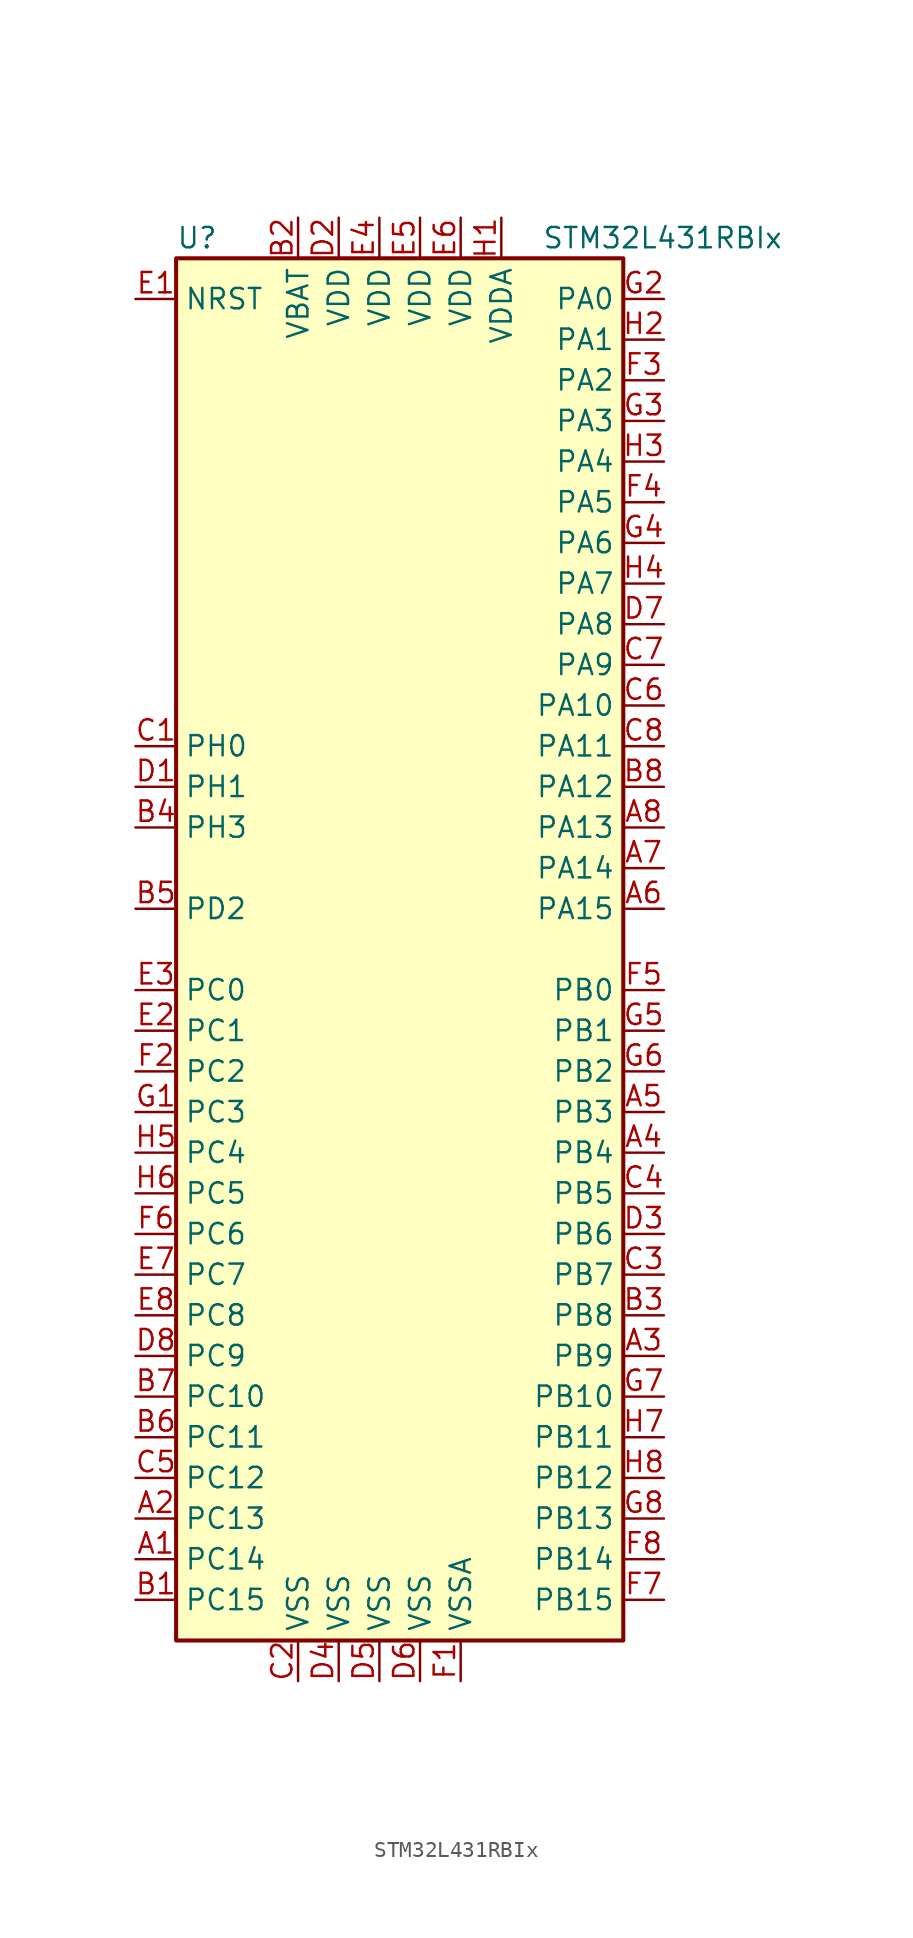
<source format=kicad_sym>
(kicad_symbol_lib
  (version 20201005)
  (generator kicad_symbol_editor)
  (symbol "MCU_ST_STM32L4:STM32L431RBIx"
    (property "Reference" "U"
      (at -15.24 44.45 0)
      (effects (font (size 1.27 1.27)) (justify left)))
    (property "Value" "STM32L431RBIx"
      (at 7.62 44.45 0)
      (effects (font (size 1.27 1.27)) (justify left)))
    (symbol "STM32L431RBIx_0_1"
      (rectangle (start -15.24 -43.18) (end 12.7 43.18) (stroke (width 0.254)) (fill (type background))))
    (symbol "STM32L431RBIx_1_1"
      (pin bidirectional line (at -17.78 -38.1 0) (length 2.54) (name "PC14" (effects (font (size 1.27 1.27)))) (number "A1" (effects (font (size 1.27 1.27)))))
      (pin bidirectional line (at -17.78 -35.56 0) (length 2.54) (name "PC13" (effects (font (size 1.27 1.27)))) (number "A2" (effects (font (size 1.27 1.27)))))
      (pin bidirectional line (at 15.24 -25.4 180) (length 2.54) (name "PB9" (effects (font (size 1.27 1.27)))) (number "A3" (effects (font (size 1.27 1.27)))))
      (pin bidirectional line (at 15.24 -12.7 180) (length 2.54) (name "PB4" (effects (font (size 1.27 1.27)))) (number "A4" (effects (font (size 1.27 1.27)))))
      (pin bidirectional line (at 15.24 -10.16 180) (length 2.54) (name "PB3" (effects (font (size 1.27 1.27)))) (number "A5" (effects (font (size 1.27 1.27)))))
      (pin bidirectional line (at 15.24 2.54 180) (length 2.54) (name "PA15" (effects (font (size 1.27 1.27)))) (number "A6" (effects (font (size 1.27 1.27)))))
      (pin bidirectional line (at 15.24 5.08 180) (length 2.54) (name "PA14" (effects (font (size 1.27 1.27)))) (number "A7" (effects (font (size 1.27 1.27)))))
      (pin bidirectional line (at 15.24 7.62 180) (length 2.54) (name "PA13" (effects (font (size 1.27 1.27)))) (number "A8" (effects (font (size 1.27 1.27)))))
      (pin bidirectional line (at -17.78 -40.64 0) (length 2.54) (name "PC15" (effects (font (size 1.27 1.27)))) (number "B1" (effects (font (size 1.27 1.27)))))
      (pin power_in line (at -7.62 45.72 270) (length 2.54) (name "VBAT" (effects (font (size 1.27 1.27)))) (number "B2" (effects (font (size 1.27 1.27)))))
      (pin bidirectional line (at 15.24 -22.86 180) (length 2.54) (name "PB8" (effects (font (size 1.27 1.27)))) (number "B3" (effects (font (size 1.27 1.27)))))
      (pin bidirectional line (at -17.78 7.62 0) (length 2.54) (name "PH3" (effects (font (size 1.27 1.27)))) (number "B4" (effects (font (size 1.27 1.27)))))
      (pin bidirectional line (at -17.78 2.54 0) (length 2.54) (name "PD2" (effects (font (size 1.27 1.27)))) (number "B5" (effects (font (size 1.27 1.27)))))
      (pin bidirectional line (at -17.78 -30.48 0) (length 2.54) (name "PC11" (effects (font (size 1.27 1.27)))) (number "B6" (effects (font (size 1.27 1.27)))))
      (pin bidirectional line (at -17.78 -27.94 0) (length 2.54) (name "PC10" (effects (font (size 1.27 1.27)))) (number "B7" (effects (font (size 1.27 1.27)))))
      (pin bidirectional line (at 15.24 10.16 180) (length 2.54) (name "PA12" (effects (font (size 1.27 1.27)))) (number "B8" (effects (font (size 1.27 1.27)))))
      (pin input line (at -17.78 12.7 0) (length 2.54) (name "PH0" (effects (font (size 1.27 1.27)))) (number "C1" (effects (font (size 1.27 1.27)))))
      (pin power_in line (at -7.62 -45.72 90) (length 2.54) (name "VSS" (effects (font (size 1.27 1.27)))) (number "C2" (effects (font (size 1.27 1.27)))))
      (pin bidirectional line (at 15.24 -20.32 180) (length 2.54) (name "PB7" (effects (font (size 1.27 1.27)))) (number "C3" (effects (font (size 1.27 1.27)))))
      (pin bidirectional line (at 15.24 -15.24 180) (length 2.54) (name "PB5" (effects (font (size 1.27 1.27)))) (number "C4" (effects (font (size 1.27 1.27)))))
      (pin bidirectional line (at -17.78 -33.02 0) (length 2.54) (name "PC12" (effects (font (size 1.27 1.27)))) (number "C5" (effects (font (size 1.27 1.27)))))
      (pin bidirectional line (at 15.24 15.24 180) (length 2.54) (name "PA10" (effects (font (size 1.27 1.27)))) (number "C6" (effects (font (size 1.27 1.27)))))
      (pin bidirectional line (at 15.24 17.78 180) (length 2.54) (name "PA9" (effects (font (size 1.27 1.27)))) (number "C7" (effects (font (size 1.27 1.27)))))
      (pin bidirectional line (at 15.24 12.7 180) (length 2.54) (name "PA11" (effects (font (size 1.27 1.27)))) (number "C8" (effects (font (size 1.27 1.27)))))
      (pin input line (at -17.78 10.16 0) (length 2.54) (name "PH1" (effects (font (size 1.27 1.27)))) (number "D1" (effects (font (size 1.27 1.27)))))
      (pin power_in line (at -5.08 45.72 270) (length 2.54) (name "VDD" (effects (font (size 1.27 1.27)))) (number "D2" (effects (font (size 1.27 1.27)))))
      (pin bidirectional line (at 15.24 -17.78 180) (length 2.54) (name "PB6" (effects (font (size 1.27 1.27)))) (number "D3" (effects (font (size 1.27 1.27)))))
      (pin power_in line (at -5.08 -45.72 90) (length 2.54) (name "VSS" (effects (font (size 1.27 1.27)))) (number "D4" (effects (font (size 1.27 1.27)))))
      (pin power_in line (at -2.54 -45.72 90) (length 2.54) (name "VSS" (effects (font (size 1.27 1.27)))) (number "D5" (effects (font (size 1.27 1.27)))))
      (pin power_in line (at 0 -45.72 90) (length 2.54) (name "VSS" (effects (font (size 1.27 1.27)))) (number "D6" (effects (font (size 1.27 1.27)))))
      (pin bidirectional line (at 15.24 20.32 180) (length 2.54) (name "PA8" (effects (font (size 1.27 1.27)))) (number "D7" (effects (font (size 1.27 1.27)))))
      (pin bidirectional line (at -17.78 -25.4 0) (length 2.54) (name "PC9" (effects (font (size 1.27 1.27)))) (number "D8" (effects (font (size 1.27 1.27)))))
      (pin input line (at -17.78 40.64 0) (length 2.54) (name "NRST" (effects (font (size 1.27 1.27)))) (number "E1" (effects (font (size 1.27 1.27)))))
      (pin bidirectional line (at -17.78 -5.08 0) (length 2.54) (name "PC1" (effects (font (size 1.27 1.27)))) (number "E2" (effects (font (size 1.27 1.27)))))
      (pin bidirectional line (at -17.78 -2.54 0) (length 2.54) (name "PC0" (effects (font (size 1.27 1.27)))) (number "E3" (effects (font (size 1.27 1.27)))))
      (pin power_in line (at -2.54 45.72 270) (length 2.54) (name "VDD" (effects (font (size 1.27 1.27)))) (number "E4" (effects (font (size 1.27 1.27)))))
      (pin power_in line (at 0 45.72 270) (length 2.54) (name "VDD" (effects (font (size 1.27 1.27)))) (number "E5" (effects (font (size 1.27 1.27)))))
      (pin power_in line (at 2.54 45.72 270) (length 2.54) (name "VDD" (effects (font (size 1.27 1.27)))) (number "E6" (effects (font (size 1.27 1.27)))))
      (pin bidirectional line (at -17.78 -20.32 0) (length 2.54) (name "PC7" (effects (font (size 1.27 1.27)))) (number "E7" (effects (font (size 1.27 1.27)))))
      (pin bidirectional line (at -17.78 -22.86 0) (length 2.54) (name "PC8" (effects (font (size 1.27 1.27)))) (number "E8" (effects (font (size 1.27 1.27)))))
      (pin power_in line (at 2.54 -45.72 90) (length 2.54) (name "VSSA" (effects (font (size 1.27 1.27)))) (number "F1" (effects (font (size 1.27 1.27)))))
      (pin bidirectional line (at -17.78 -7.62 0) (length 2.54) (name "PC2" (effects (font (size 1.27 1.27)))) (number "F2" (effects (font (size 1.27 1.27)))))
      (pin bidirectional line (at 15.24 35.56 180) (length 2.54) (name "PA2" (effects (font (size 1.27 1.27)))) (number "F3" (effects (font (size 1.27 1.27)))))
      (pin bidirectional line (at 15.24 27.94 180) (length 2.54) (name "PA5" (effects (font (size 1.27 1.27)))) (number "F4" (effects (font (size 1.27 1.27)))))
      (pin bidirectional line (at 15.24 -2.54 180) (length 2.54) (name "PB0" (effects (font (size 1.27 1.27)))) (number "F5" (effects (font (size 1.27 1.27)))))
      (pin bidirectional line (at -17.78 -17.78 0) (length 2.54) (name "PC6" (effects (font (size 1.27 1.27)))) (number "F6" (effects (font (size 1.27 1.27)))))
      (pin bidirectional line (at 15.24 -40.64 180) (length 2.54) (name "PB15" (effects (font (size 1.27 1.27)))) (number "F7" (effects (font (size 1.27 1.27)))))
      (pin bidirectional line (at 15.24 -38.1 180) (length 2.54) (name "PB14" (effects (font (size 1.27 1.27)))) (number "F8" (effects (font (size 1.27 1.27)))))
      (pin bidirectional line (at -17.78 -10.16 0) (length 2.54) (name "PC3" (effects (font (size 1.27 1.27)))) (number "G1" (effects (font (size 1.27 1.27)))))
      (pin bidirectional line (at 15.24 40.64 180) (length 2.54) (name "PA0" (effects (font (size 1.27 1.27)))) (number "G2" (effects (font (size 1.27 1.27)))))
      (pin bidirectional line (at 15.24 33.02 180) (length 2.54) (name "PA3" (effects (font (size 1.27 1.27)))) (number "G3" (effects (font (size 1.27 1.27)))))
      (pin bidirectional line (at 15.24 25.4 180) (length 2.54) (name "PA6" (effects (font (size 1.27 1.27)))) (number "G4" (effects (font (size 1.27 1.27)))))
      (pin bidirectional line (at 15.24 -5.08 180) (length 2.54) (name "PB1" (effects (font (size 1.27 1.27)))) (number "G5" (effects (font (size 1.27 1.27)))))
      (pin bidirectional line (at 15.24 -7.62 180) (length 2.54) (name "PB2" (effects (font (size 1.27 1.27)))) (number "G6" (effects (font (size 1.27 1.27)))))
      (pin bidirectional line (at 15.24 -27.94 180) (length 2.54) (name "PB10" (effects (font (size 1.27 1.27)))) (number "G7" (effects (font (size 1.27 1.27)))))
      (pin bidirectional line (at 15.24 -35.56 180) (length 2.54) (name "PB13" (effects (font (size 1.27 1.27)))) (number "G8" (effects (font (size 1.27 1.27)))))
      (pin power_in line (at 5.08 45.72 270) (length 2.54) (name "VDDA" (effects (font (size 1.27 1.27)))) (number "H1" (effects (font (size 1.27 1.27)))))
      (pin bidirectional line (at 15.24 38.1 180) (length 2.54) (name "PA1" (effects (font (size 1.27 1.27)))) (number "H2" (effects (font (size 1.27 1.27)))))
      (pin bidirectional line (at 15.24 30.48 180) (length 2.54) (name "PA4" (effects (font (size 1.27 1.27)))) (number "H3" (effects (font (size 1.27 1.27)))))
      (pin bidirectional line (at 15.24 22.86 180) (length 2.54) (name "PA7" (effects (font (size 1.27 1.27)))) (number "H4" (effects (font (size 1.27 1.27)))))
      (pin bidirectional line (at -17.78 -12.7 0) (length 2.54) (name "PC4" (effects (font (size 1.27 1.27)))) (number "H5" (effects (font (size 1.27 1.27)))))
      (pin bidirectional line (at -17.78 -15.24 0) (length 2.54) (name "PC5" (effects (font (size 1.27 1.27)))) (number "H6" (effects (font (size 1.27 1.27)))))
      (pin bidirectional line (at 15.24 -30.48 180) (length 2.54) (name "PB11" (effects (font (size 1.27 1.27)))) (number "H7" (effects (font (size 1.27 1.27)))))
      (pin bidirectional line (at 15.24 -33.02 180) (length 2.54) (name "PB12" (effects (font (size 1.27 1.27)))) (number "H8" (effects (font (size 1.27 1.27))))))))
</source>
